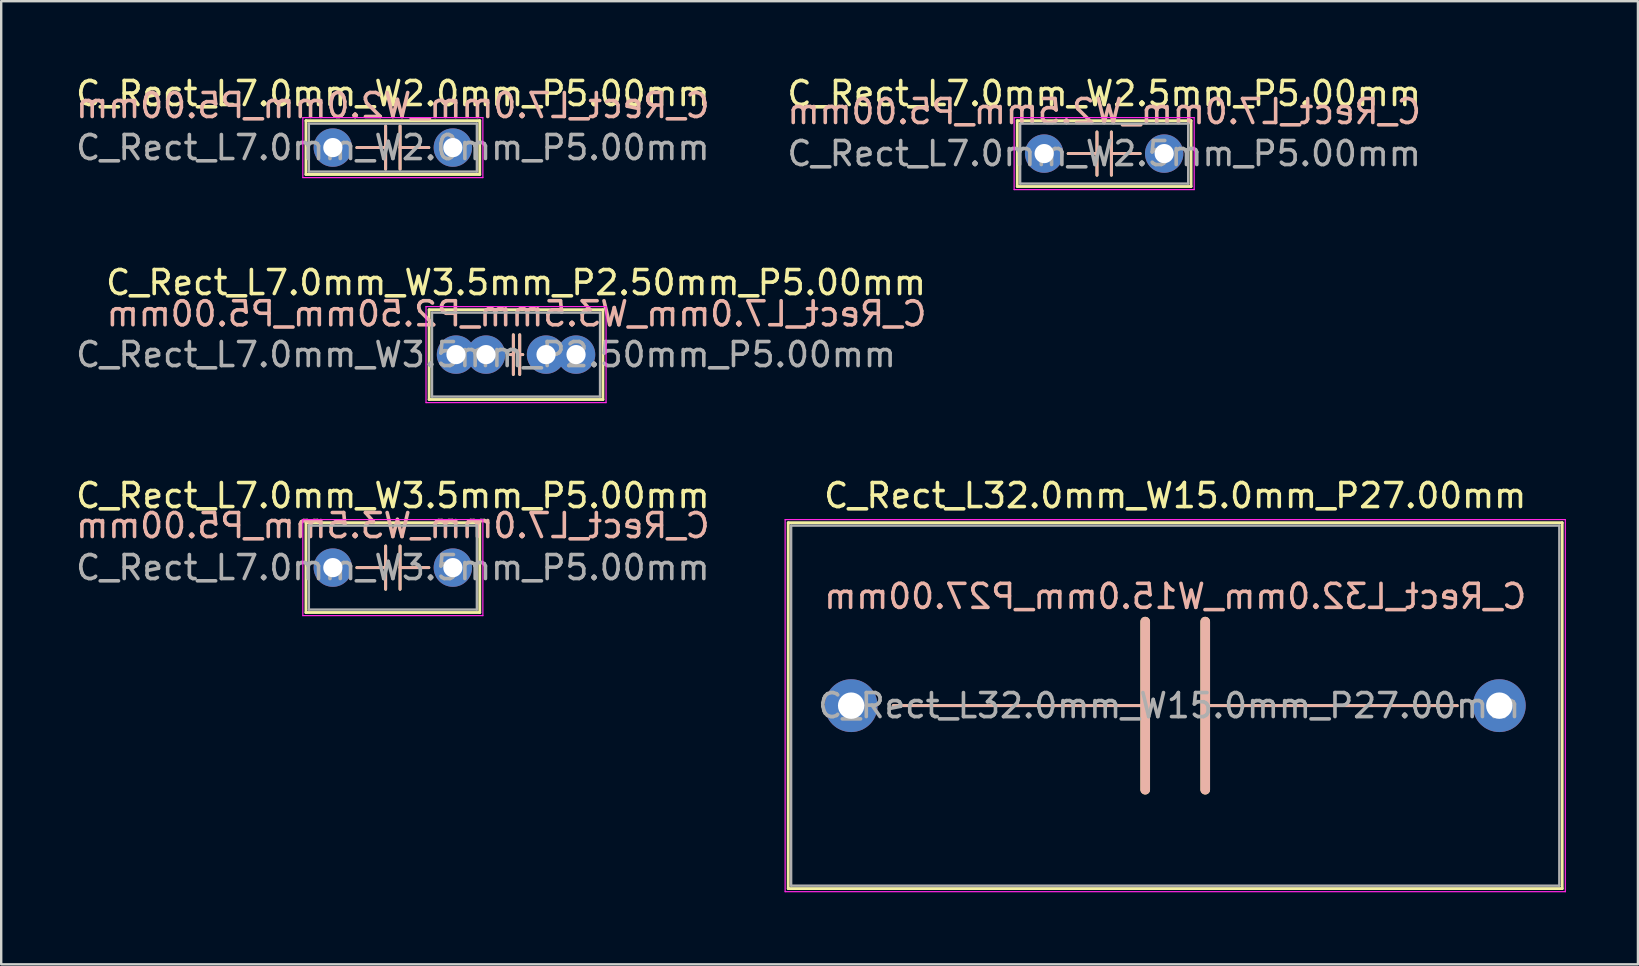
<source format=kicad_pcb>
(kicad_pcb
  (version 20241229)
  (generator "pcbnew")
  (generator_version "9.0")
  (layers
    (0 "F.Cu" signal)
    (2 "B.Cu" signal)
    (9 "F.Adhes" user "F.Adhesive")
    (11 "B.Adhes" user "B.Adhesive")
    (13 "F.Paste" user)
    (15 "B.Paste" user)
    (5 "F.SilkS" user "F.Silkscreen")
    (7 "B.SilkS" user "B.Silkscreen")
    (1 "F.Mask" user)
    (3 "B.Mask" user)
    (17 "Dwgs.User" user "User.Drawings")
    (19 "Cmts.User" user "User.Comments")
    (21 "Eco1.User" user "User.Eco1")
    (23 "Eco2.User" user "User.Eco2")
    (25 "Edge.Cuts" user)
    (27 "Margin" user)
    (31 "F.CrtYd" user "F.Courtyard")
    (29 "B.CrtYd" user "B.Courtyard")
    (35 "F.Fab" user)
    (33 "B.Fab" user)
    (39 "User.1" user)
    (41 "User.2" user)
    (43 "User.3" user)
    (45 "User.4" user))
  (footprint "C_Rect_L7.0mm_W2.0mm_P5.00mm"
    (layer "F.Cu")
    (at 10.815 3.098)
    (property "Reference" "C_Rect_L7.0mm_W2.0mm_P5.00mm" (at 2.5 -2.25 0) (layer "F.SilkS") (effects (font (size 1 1) (thickness 0.15))))
    (fp_line (start -1.12 -1.12) (end -1.12 1.12) (stroke (width 0.12) (type solid)) (layer "F.SilkS"))
    (fp_line (start -1.12 -1.12) (end 6.12 -1.12) (stroke (width 0.12) (type solid)) (layer "F.SilkS"))
    (fp_line (start -1.12 1.12) (end 6.12 1.12) (stroke (width 0.12) (type solid)) (layer "F.SilkS"))
    (fp_line (start 1 0) (end 2.2 0) (stroke (width 0.12) (type solid)) (layer "F.SilkS"))
    (fp_line (start 2.2 -0.9) (end 2.2 0.9) (stroke (width 0.12) (type solid)) (layer "F.SilkS"))
    (fp_line (start 2.8 -0.9) (end 2.8 0.9) (stroke (width 0.12) (type solid)) (layer "F.SilkS"))
    (fp_line (start 4 0) (end 2.8 0) (stroke (width 0.12) (type solid)) (layer "F.SilkS"))
    (fp_line (start 6.12 -1.12) (end 6.12 1.12) (stroke (width 0.12) (type solid)) (layer "F.SilkS"))
    (fp_line (start 1 0) (end 2.2 0) (stroke (width 0.12) (type solid)) (layer "B.SilkS"))
    (fp_line (start 2.2 0.9) (end 2.2 -0.9) (stroke (width 0.12) (type solid)) (layer "B.SilkS"))
    (fp_line (start 2.8 0.9) (end 2.8 -0.9) (stroke (width 0.12) (type solid)) (layer "B.SilkS"))
    (fp_line (start 4 0) (end 2.8 0) (stroke (width 0.12) (type solid)) (layer "B.SilkS"))
    (fp_line (start -1.25 -1.25) (end -1.25 1.25) (stroke (width 0.05) (type solid)) (layer "F.CrtYd"))
    (fp_line (start -1.25 1.25) (end 6.25 1.25) (stroke (width 0.05) (type solid)) (layer "F.CrtYd"))
    (fp_line (start 6.25 -1.25) (end -1.25 -1.25) (stroke (width 0.05) (type solid)) (layer "F.CrtYd"))
    (fp_line (start 6.25 1.25) (end 6.25 -1.25) (stroke (width 0.05) (type solid)) (layer "F.CrtYd"))
    (fp_line (start -1 -1) (end -1 1) (stroke (width 0.1) (type solid)) (layer "F.Fab"))
    (fp_line (start -1 1) (end 6 1) (stroke (width 0.1) (type solid)) (layer "F.Fab"))
    (fp_line (start 6 -1) (end -1 -1) (stroke (width 0.1) (type solid)) (layer "F.Fab"))
    (fp_line (start 6 1) (end 6 -1) (stroke (width 0.1) (type solid)) (layer "F.Fab"))
    (fp_text user "${REFERENCE}" (at 2.5 -1.75 0) (layer "B.SilkS") (effects (font (size 1 1) (thickness 0.15)) (justify mirror)))
    (fp_text user "${REFERENCE}" (at 2.5 0 0) (layer "F.Fab") (effects (font (size 1 1) (thickness 0.15))))
    (pad "1" thru_hole circle (at 0 0) (size 1.6 1.6) (drill 0.8) (layers "*.Cu" "*.Mask"))
    (pad "2" thru_hole circle (at 5 0) (size 1.6 1.6) (drill 0.8) (layers "*.Cu" "*.Mask")))
  (footprint "C_Rect_L7.0mm_W2.5mm_P5.00mm"
    (layer "F.Cu")
    (at 40.446 3.348)
    (property "Reference" "C_Rect_L7.0mm_W2.5mm_P5.00mm" (at 2.5 -2.5 0) (layer "F.SilkS") (effects (font (size 1 1) (thickness 0.15))))
    (fp_line (start -1.12 -1.37) (end -1.12 1.37) (stroke (width 0.12) (type solid)) (layer "F.SilkS"))
    (fp_line (start -1.12 -1.37) (end 6.12 -1.37) (stroke (width 0.12) (type solid)) (layer "F.SilkS"))
    (fp_line (start -1.12 1.37) (end 6.12 1.37) (stroke (width 0.12) (type solid)) (layer "F.SilkS"))
    (fp_line (start 1 0) (end 2.2 0) (stroke (width 0.12) (type solid)) (layer "F.SilkS"))
    (fp_line (start 2.2 -0.9) (end 2.2 0.9) (stroke (width 0.12) (type solid)) (layer "F.SilkS"))
    (fp_line (start 2.8 -0.9) (end 2.8 0.9) (stroke (width 0.12) (type solid)) (layer "F.SilkS"))
    (fp_line (start 4 0) (end 2.8 0) (stroke (width 0.12) (type solid)) (layer "F.SilkS"))
    (fp_line (start 6.12 -1.37) (end 6.12 1.37) (stroke (width 0.12) (type solid)) (layer "F.SilkS"))
    (fp_line (start 1 0) (end 2.2 0) (stroke (width 0.12) (type solid)) (layer "B.SilkS"))
    (fp_line (start 2.2 0.9) (end 2.2 -0.9) (stroke (width 0.12) (type solid)) (layer "B.SilkS"))
    (fp_line (start 2.8 0.9) (end 2.8 -0.9) (stroke (width 0.12) (type solid)) (layer "B.SilkS"))
    (fp_line (start 4 0) (end 2.8 0) (stroke (width 0.12) (type solid)) (layer "B.SilkS"))
    (fp_line (start -1.25 -1.5) (end -1.25 1.5) (stroke (width 0.05) (type solid)) (layer "F.CrtYd"))
    (fp_line (start -1.25 1.5) (end 6.25 1.5) (stroke (width 0.05) (type solid)) (layer "F.CrtYd"))
    (fp_line (start 6.25 -1.5) (end -1.25 -1.5) (stroke (width 0.05) (type solid)) (layer "F.CrtYd"))
    (fp_line (start 6.25 1.5) (end 6.25 -1.5) (stroke (width 0.05) (type solid)) (layer "F.CrtYd"))
    (fp_line (start -1 -1.25) (end -1 1.25) (stroke (width 0.1) (type solid)) (layer "F.Fab"))
    (fp_line (start -1 1.25) (end 6 1.25) (stroke (width 0.1) (type solid)) (layer "F.Fab"))
    (fp_line (start 6 -1.25) (end -1 -1.25) (stroke (width 0.1) (type solid)) (layer "F.Fab"))
    (fp_line (start 6 1.25) (end 6 -1.25) (stroke (width 0.1) (type solid)) (layer "F.Fab"))
    (fp_text user "${REFERENCE}" (at 2.5 -1.75 0) (layer "B.SilkS") (effects (font (size 1 1) (thickness 0.15)) (justify mirror)))
    (fp_text user "${REFERENCE}" (at 2.5 0 0) (layer "F.Fab") (effects (font (size 1 1) (thickness 0.15))))
    (pad "1" thru_hole circle (at 0 0) (size 1.6 1.6) (drill 0.8) (layers "*.Cu" "*.Mask"))
    (pad "2" thru_hole circle (at 5 0) (size 1.6 1.6) (drill 0.8) (layers "*.Cu" "*.Mask")))
  (footprint "C_Rect_L7.0mm_W3.5mm_P2.50mm_P5.00mm"
    (layer "F.Cu")
    (at 15.946 11.722)
    (property "Reference" "C_Rect_L7.0mm_W3.5mm_P2.50mm_P5.00mm" (at 2.5 -3 0) (layer "F.SilkS") (effects (font (size 1 1) (thickness 0.15))))
    (fp_line (start -1.12 -1.87) (end -1.12 1.87) (stroke (width 0.12) (type solid)) (layer "F.SilkS"))
    (fp_line (start -1.12 -1.87) (end 6.12 -1.87) (stroke (width 0.12) (type solid)) (layer "F.SilkS"))
    (fp_line (start -1.12 1.87) (end 6.12 1.87) (stroke (width 0.12) (type solid)) (layer "F.SilkS"))
    (fp_line (start 2.261 0) (end 2.324 0) (stroke (width 0.12) (type solid)) (layer "F.SilkS"))
    (fp_line (start 2.324 0) (end 2.388 0) (stroke (width 0.12) (type solid)) (layer "F.SilkS"))
    (fp_line (start 2.388 0) (end 2.388 -0.826) (stroke (width 0.12) (type solid)) (layer "F.SilkS"))
    (fp_line (start 2.388 0.826) (end 2.388 0) (stroke (width 0.12) (type solid)) (layer "F.SilkS"))
    (fp_line (start 2.654 0) (end 2.654 -0.826) (stroke (width 0.12) (type solid)) (layer "F.SilkS"))
    (fp_line (start 2.654 0.826) (end 2.654 0) (stroke (width 0.12) (type solid)) (layer "F.SilkS"))
    (fp_line (start 2.718 0) (end 2.654 0) (stroke (width 0.12) (type solid)) (layer "F.SilkS"))
    (fp_line (start 2.781 0) (end 2.718 0) (stroke (width 0.12) (type solid)) (layer "F.SilkS"))
    (fp_line (start 6.12 -1.87) (end 6.12 1.87) (stroke (width 0.12) (type solid)) (layer "F.SilkS"))
    (fp_line (start 2.26 0) (end 2.324 0) (stroke (width 0.12) (type solid)) (layer "B.SilkS"))
    (fp_line (start 2.324 0) (end 2.387 0) (stroke (width 0.12) (type solid)) (layer "B.SilkS"))
    (fp_line (start 2.387 -0.826) (end 2.387 0) (stroke (width 0.12) (type solid)) (layer "B.SilkS"))
    (fp_line (start 2.387 0) (end 2.387 0.826) (stroke (width 0.12) (type solid)) (layer "B.SilkS"))
    (fp_line (start 2.654 -0.826) (end 2.654 0) (stroke (width 0.12) (type solid)) (layer "B.SilkS"))
    (fp_line (start 2.654 0) (end 2.654 0.826) (stroke (width 0.12) (type solid)) (layer "B.SilkS"))
    (fp_line (start 2.717 0) (end 2.654 0) (stroke (width 0.12) (type solid)) (layer "B.SilkS"))
    (fp_line (start 2.781 0) (end 2.717 0) (stroke (width 0.12) (type solid)) (layer "B.SilkS"))
    (fp_line (start -1.25 -2) (end -1.25 2) (stroke (width 0.05) (type solid)) (layer "F.CrtYd"))
    (fp_line (start -1.25 2) (end 6.25 2) (stroke (width 0.05) (type solid)) (layer "F.CrtYd"))
    (fp_line (start 6.25 -2) (end -1.25 -2) (stroke (width 0.05) (type solid)) (layer "F.CrtYd"))
    (fp_line (start 6.25 2) (end 6.25 -2) (stroke (width 0.05) (type solid)) (layer "F.CrtYd"))
    (fp_line (start -1 -1.75) (end -1 1.75) (stroke (width 0.1) (type solid)) (layer "F.Fab"))
    (fp_line (start -1 1.75) (end 6 1.75) (stroke (width 0.1) (type solid)) (layer "F.Fab"))
    (fp_line (start 6 -1.75) (end -1 -1.75) (stroke (width 0.1) (type solid)) (layer "F.Fab"))
    (fp_line (start 6 1.75) (end 6 -1.75) (stroke (width 0.1) (type solid)) (layer "F.Fab"))
    (fp_text user "${REFERENCE}" (at 2.52 -1.7 0) (layer "B.SilkS") (effects (font (size 1 1) (thickness 0.15)) (justify mirror)))
    (fp_text user "${REFERENCE}" (at 1.25 0 0) (layer "F.Fab") (effects (font (size 1 1) (thickness 0.15))))
    (pad "1" thru_hole circle (at 0 0) (size 1.6 1.6) (drill 0.8) (layers "*.Cu" "*.Mask"))
    (pad "1" thru_hole circle (at 1.25 0) (size 1.6 1.6) (drill 0.8) (layers "*.Cu" "*.Mask"))
    (pad "2" thru_hole circle (at 3.75 0) (size 1.6 1.6) (drill 0.8) (layers "*.Cu" "*.Mask"))
    (pad "2" thru_hole circle (at 5 0) (size 1.6 1.6) (drill 0.8) (layers "*.Cu" "*.Mask")))
  (footprint "C_Rect_L32.0mm_W15.0mm_P27.00mm"
    (layer "F.Cu")
    (at 32.406 26.345)
    (property "Reference" "C_Rect_L32.0mm_W15.0mm_P27.00mm" (at 13.5 -8.75 0) (layer "F.SilkS") (effects (font (size 1 1) (thickness 0.15))))
    (fp_line (start -2.62 -7.62) (end -2.62 7.62) (stroke (width 0.12) (type solid)) (layer "F.SilkS"))
    (fp_line (start -2.62 -7.62) (end 29.62 -7.62) (stroke (width 0.12) (type solid)) (layer "F.SilkS"))
    (fp_line (start -2.62 7.62) (end 29.62 7.62) (stroke (width 0.12) (type solid)) (layer "F.SilkS"))
    (fp_line (start 1.75 0) (end 12.25 0) (stroke (width 0.12) (type solid)) (layer "F.SilkS"))
    (fp_line (start 12.25 -3.5) (end 12.25 3.5) (stroke (width 0.4) (type solid)) (layer "F.SilkS"))
    (fp_line (start 14.75 -3.5) (end 14.75 3.5) (stroke (width 0.4) (type solid)) (layer "F.SilkS"))
    (fp_line (start 14.75 0) (end 25.25 0) (stroke (width 0.12) (type solid)) (layer "F.SilkS"))
    (fp_line (start 29.62 -7.62) (end 29.62 7.62) (stroke (width 0.12) (type solid)) (layer "F.SilkS"))
    (fp_line (start 1.75 0) (end 12.25 0) (stroke (width 0.12) (type solid)) (layer "B.SilkS"))
    (fp_line (start 12.25 3.5) (end 12.25 -3.5) (stroke (width 0.4) (type solid)) (layer "B.SilkS"))
    (fp_line (start 14.75 0) (end 25.25 0) (stroke (width 0.12) (type solid)) (layer "B.SilkS"))
    (fp_line (start 14.75 3.5) (end 14.75 -3.5) (stroke (width 0.4) (type solid)) (layer "B.SilkS"))
    (fp_line (start -2.75 -7.75) (end -2.75 7.75) (stroke (width 0.05) (type solid)) (layer "F.CrtYd"))
    (fp_line (start -2.75 7.75) (end 29.75 7.75) (stroke (width 0.05) (type solid)) (layer "F.CrtYd"))
    (fp_line (start 29.75 -7.75) (end -2.75 -7.75) (stroke (width 0.05) (type solid)) (layer "F.CrtYd"))
    (fp_line (start 29.75 7.75) (end 29.75 -7.75) (stroke (width 0.05) (type solid)) (layer "F.CrtYd"))
    (fp_line (start -2.5 -7.5) (end -2.5 7.5) (stroke (width 0.1) (type solid)) (layer "F.Fab"))
    (fp_line (start -2.5 7.5) (end 29.5 7.5) (stroke (width 0.1) (type solid)) (layer "F.Fab"))
    (fp_line (start 29.5 -7.5) (end -2.5 -7.5) (stroke (width 0.1) (type solid)) (layer "F.Fab"))
    (fp_line (start 29.5 7.5) (end 29.5 -7.5) (stroke (width 0.1) (type solid)) (layer "F.Fab"))
    (fp_text user "${REFERENCE}" (at 13.5 -4.55 0) (layer "B.SilkS") (effects (font (size 1 1) (thickness 0.15)) (justify mirror)))
    (fp_text user "${REFERENCE}" (at 13.25 0 0) (layer "F.Fab") (effects (font (size 1 1) (thickness 0.15))))
    (pad "1" thru_hole circle (at 0 0) (size 2.2 2.2) (drill 1.1) (layers "*.Cu" "*.Mask"))
    (pad "2" thru_hole circle (at 27 0) (size 2.2 2.2) (drill 1.1) (layers "*.Cu" "*.Mask")))
  (footprint "C_Rect_L7.0mm_W3.5mm_P5.00mm"
    (layer "F.Cu")
    (at 10.815 20.595)
    (property "Reference" "C_Rect_L7.0mm_W3.5mm_P5.00mm" (at 2.5 -3 0) (layer "F.SilkS") (effects (font (size 1 1) (thickness 0.15))))
    (fp_line (start -1.12 -1.87) (end -1.12 1.87) (stroke (width 0.12) (type solid)) (layer "F.SilkS"))
    (fp_line (start -1.12 -1.87) (end 6.12 -1.87) (stroke (width 0.12) (type solid)) (layer "F.SilkS"))
    (fp_line (start -1.12 1.87) (end 6.12 1.87) (stroke (width 0.12) (type solid)) (layer "F.SilkS"))
    (fp_line (start 1 0) (end 2.2 0) (stroke (width 0.12) (type solid)) (layer "F.SilkS"))
    (fp_line (start 2.2 -0.9) (end 2.2 0.9) (stroke (width 0.12) (type solid)) (layer "F.SilkS"))
    (fp_line (start 2.8 -0.9) (end 2.8 0.9) (stroke (width 0.12) (type solid)) (layer "F.SilkS"))
    (fp_line (start 4 0) (end 2.8 0) (stroke (width 0.12) (type solid)) (layer "F.SilkS"))
    (fp_line (start 6.12 -1.87) (end 6.12 1.87) (stroke (width 0.12) (type solid)) (layer "F.SilkS"))
    (fp_line (start 1 0) (end 2.2 0) (stroke (width 0.12) (type solid)) (layer "B.SilkS"))
    (fp_line (start 2.2 0.9) (end 2.2 -0.9) (stroke (width 0.12) (type solid)) (layer "B.SilkS"))
    (fp_line (start 2.8 0.9) (end 2.8 -0.9) (stroke (width 0.12) (type solid)) (layer "B.SilkS"))
    (fp_line (start 4 0) (end 2.8 0) (stroke (width 0.12) (type solid)) (layer "B.SilkS"))
    (fp_line (start -1.25 -2) (end -1.25 2) (stroke (width 0.05) (type solid)) (layer "F.CrtYd"))
    (fp_line (start -1.25 2) (end 6.25 2) (stroke (width 0.05) (type solid)) (layer "F.CrtYd"))
    (fp_line (start 6.25 -2) (end -1.25 -2) (stroke (width 0.05) (type solid)) (layer "F.CrtYd"))
    (fp_line (start 6.25 2) (end 6.25 -2) (stroke (width 0.05) (type solid)) (layer "F.CrtYd"))
    (fp_line (start -1 -1.75) (end -1 1.75) (stroke (width 0.1) (type solid)) (layer "F.Fab"))
    (fp_line (start -1 1.75) (end 6 1.75) (stroke (width 0.1) (type solid)) (layer "F.Fab"))
    (fp_line (start 6 -1.75) (end -1 -1.75) (stroke (width 0.1) (type solid)) (layer "F.Fab"))
    (fp_line (start 6 1.75) (end 6 -1.75) (stroke (width 0.1) (type solid)) (layer "F.Fab"))
    (fp_text user "${REFERENCE}" (at 2.5 -1.75 0) (layer "B.SilkS") (effects (font (size 1 1) (thickness 0.15)) (justify mirror)))
    (fp_text user "${REFERENCE}" (at 2.5 0 0) (layer "F.Fab") (effects (font (size 1 1) (thickness 0.15))))
    (pad "1" thru_hole circle (at 0 0) (size 1.6 1.6) (drill 0.8) (layers "*.Cu" "*.Mask"))
    (pad "2" thru_hole circle (at 5 0) (size 1.6 1.6) (drill 0.8) (layers "*.Cu" "*.Mask")))
  (gr_rect
    (start -3 -3)
    (end 65.181 37.12)
    (stroke (width 0.1) (type default))
    (fill no)
    (layer "Edge.Cuts")))
</source>
